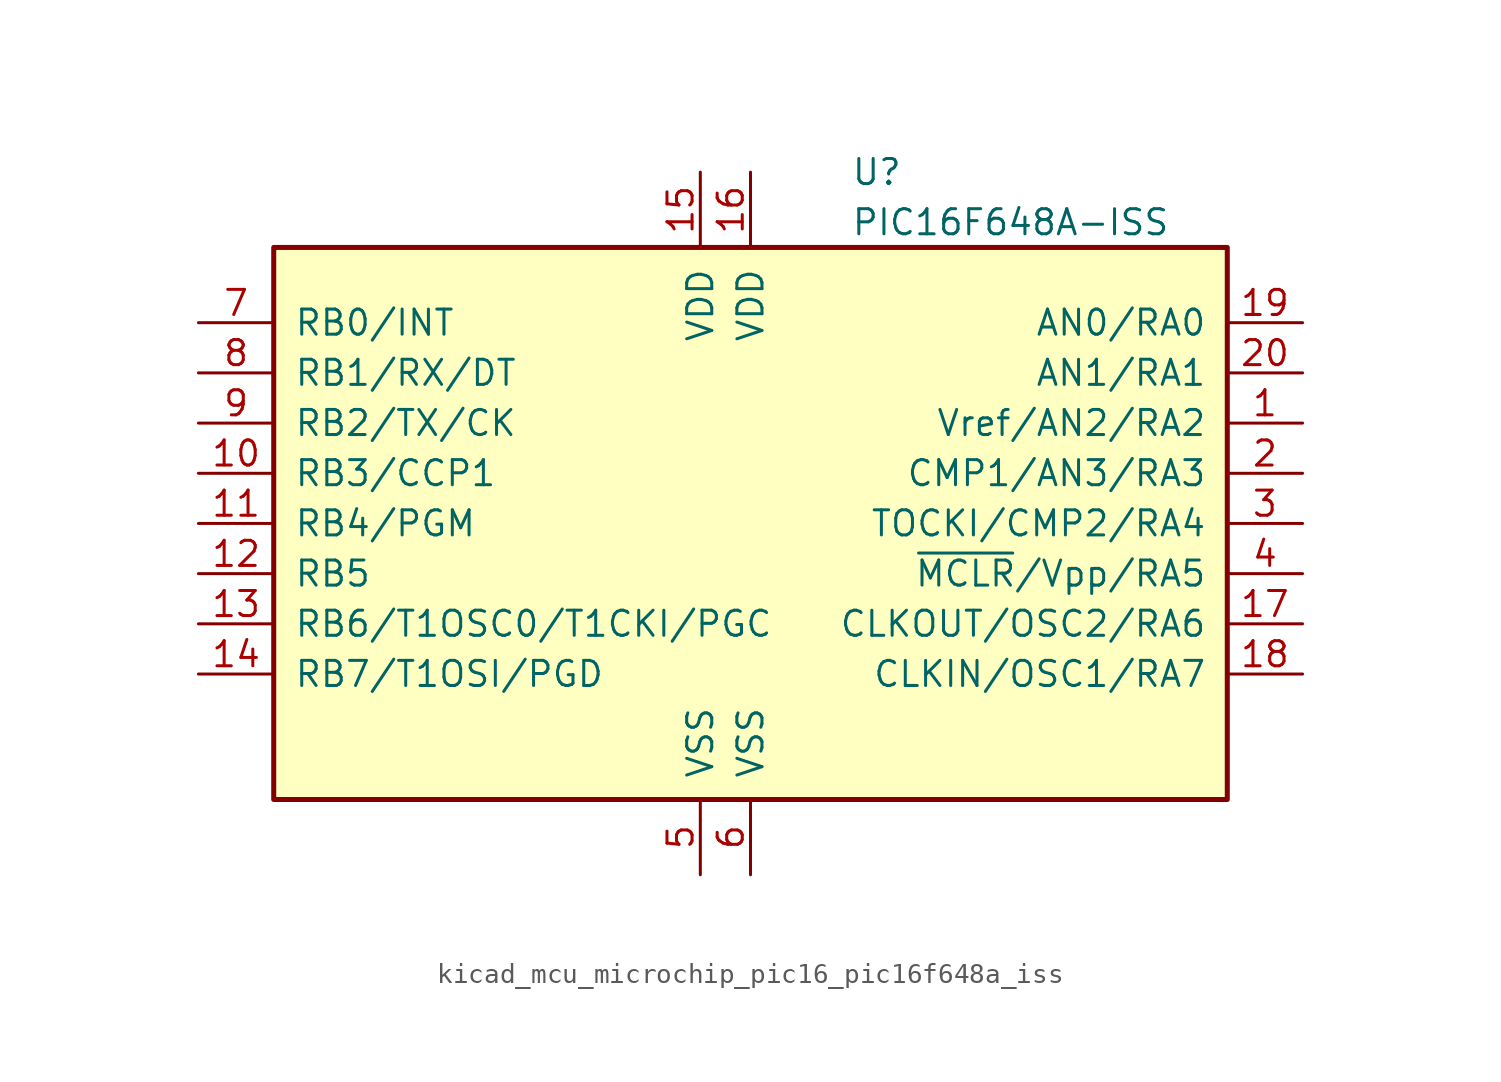
<source format=kicad_sym>
(kicad_symbol_lib
  (version 20220914)
  (generator kicad_symbol_editor)
  (symbol "kicad_mcu_microchip_pic16_pic16f648a_iss"
    (pin_names
      (offset 1.016))
    (property "Reference" "U"
      (at 5.08 17.78 0)
      (effects (font (size 1.27 1.27)) (justify left)))
    (property "Value" "PIC16F648A-ISS"
      (at 5.08 15.24 0)
      (effects (font (size 1.27 1.27)) (justify left)))
    (symbol "kicad_mcu_microchip_pic16_pic16f648a_iss_0_1"
      (rectangle (start 24.13 13.97) (end -24.13 -13.97) (stroke (width 0.254) (type default)) (fill (type background))))
    (symbol "kicad_mcu_microchip_pic16_pic16f648a_iss_1_1"
      (pin bidirectional line (at 27.94 5.08 180) (length 3.81) (name "Vref/AN2/RA2" (effects (font (size 1.27 1.27)))) (number "1" (effects (font (size 1.27 1.27)))))
      (pin bidirectional line (at -27.94 2.54 0) (length 3.81) (name "RB3/CCP1" (effects (font (size 1.27 1.27)))) (number "10" (effects (font (size 1.27 1.27)))))
      (pin bidirectional line (at -27.94 0 0) (length 3.81) (name "RB4/PGM" (effects (font (size 1.27 1.27)))) (number "11" (effects (font (size 1.27 1.27)))))
      (pin bidirectional line (at -27.94 -2.54 0) (length 3.81) (name "RB5" (effects (font (size 1.27 1.27)))) (number "12" (effects (font (size 1.27 1.27)))))
      (pin bidirectional line (at -27.94 -5.08 0) (length 3.81) (name "RB6/T1OSC0/T1CKI/PGC" (effects (font (size 1.27 1.27)))) (number "13" (effects (font (size 1.27 1.27)))))
      (pin bidirectional line (at -27.94 -7.62 0) (length 3.81) (name "RB7/T1OSI/PGD" (effects (font (size 1.27 1.27)))) (number "14" (effects (font (size 1.27 1.27)))))
      (pin power_in line (at -2.54 17.78 270) (length 3.81) (name "VDD" (effects (font (size 1.27 1.27)))) (number "15" (effects (font (size 1.27 1.27)))))
      (pin power_in line (at 0 17.78 270) (length 3.81) (name "VDD" (effects (font (size 1.27 1.27)))) (number "16" (effects (font (size 1.27 1.27)))))
      (pin bidirectional line (at 27.94 -5.08 180) (length 3.81) (name "CLKOUT/OSC2/RA6" (effects (font (size 1.27 1.27)))) (number "17" (effects (font (size 1.27 1.27)))))
      (pin bidirectional line (at 27.94 -7.62 180) (length 3.81) (name "CLKIN/OSC1/RA7" (effects (font (size 1.27 1.27)))) (number "18" (effects (font (size 1.27 1.27)))))
      (pin bidirectional line (at 27.94 10.16 180) (length 3.81) (name "AN0/RA0" (effects (font (size 1.27 1.27)))) (number "19" (effects (font (size 1.27 1.27)))))
      (pin bidirectional line (at 27.94 2.54 180) (length 3.81) (name "CMP1/AN3/RA3" (effects (font (size 1.27 1.27)))) (number "2" (effects (font (size 1.27 1.27)))))
      (pin bidirectional line (at 27.94 7.62 180) (length 3.81) (name "AN1/RA1" (effects (font (size 1.27 1.27)))) (number "20" (effects (font (size 1.27 1.27)))))
      (pin bidirectional line (at 27.94 0 180) (length 3.81) (name "TOCKI/CMP2/RA4" (effects (font (size 1.27 1.27)))) (number "3" (effects (font (size 1.27 1.27)))))
      (pin input line (at 27.94 -2.54 180) (length 3.81) (name "~{MCLR}/Vpp/RA5" (effects (font (size 1.27 1.27)))) (number "4" (effects (font (size 1.27 1.27)))))
      (pin power_in line (at -2.54 -17.78 90) (length 3.81) (name "VSS" (effects (font (size 1.27 1.27)))) (number "5" (effects (font (size 1.27 1.27)))))
      (pin power_in line (at 0 -17.78 90) (length 3.81) (name "VSS" (effects (font (size 1.27 1.27)))) (number "6" (effects (font (size 1.27 1.27)))))
      (pin bidirectional line (at -27.94 10.16 0) (length 3.81) (name "RB0/INT" (effects (font (size 1.27 1.27)))) (number "7" (effects (font (size 1.27 1.27)))))
      (pin bidirectional line (at -27.94 7.62 0) (length 3.81) (name "RB1/RX/DT" (effects (font (size 1.27 1.27)))) (number "8" (effects (font (size 1.27 1.27)))))
      (pin bidirectional line (at -27.94 5.08 0) (length 3.81) (name "RB2/TX/CK" (effects (font (size 1.27 1.27)))) (number "9" (effects (font (size 1.27 1.27))))))))
</source>
